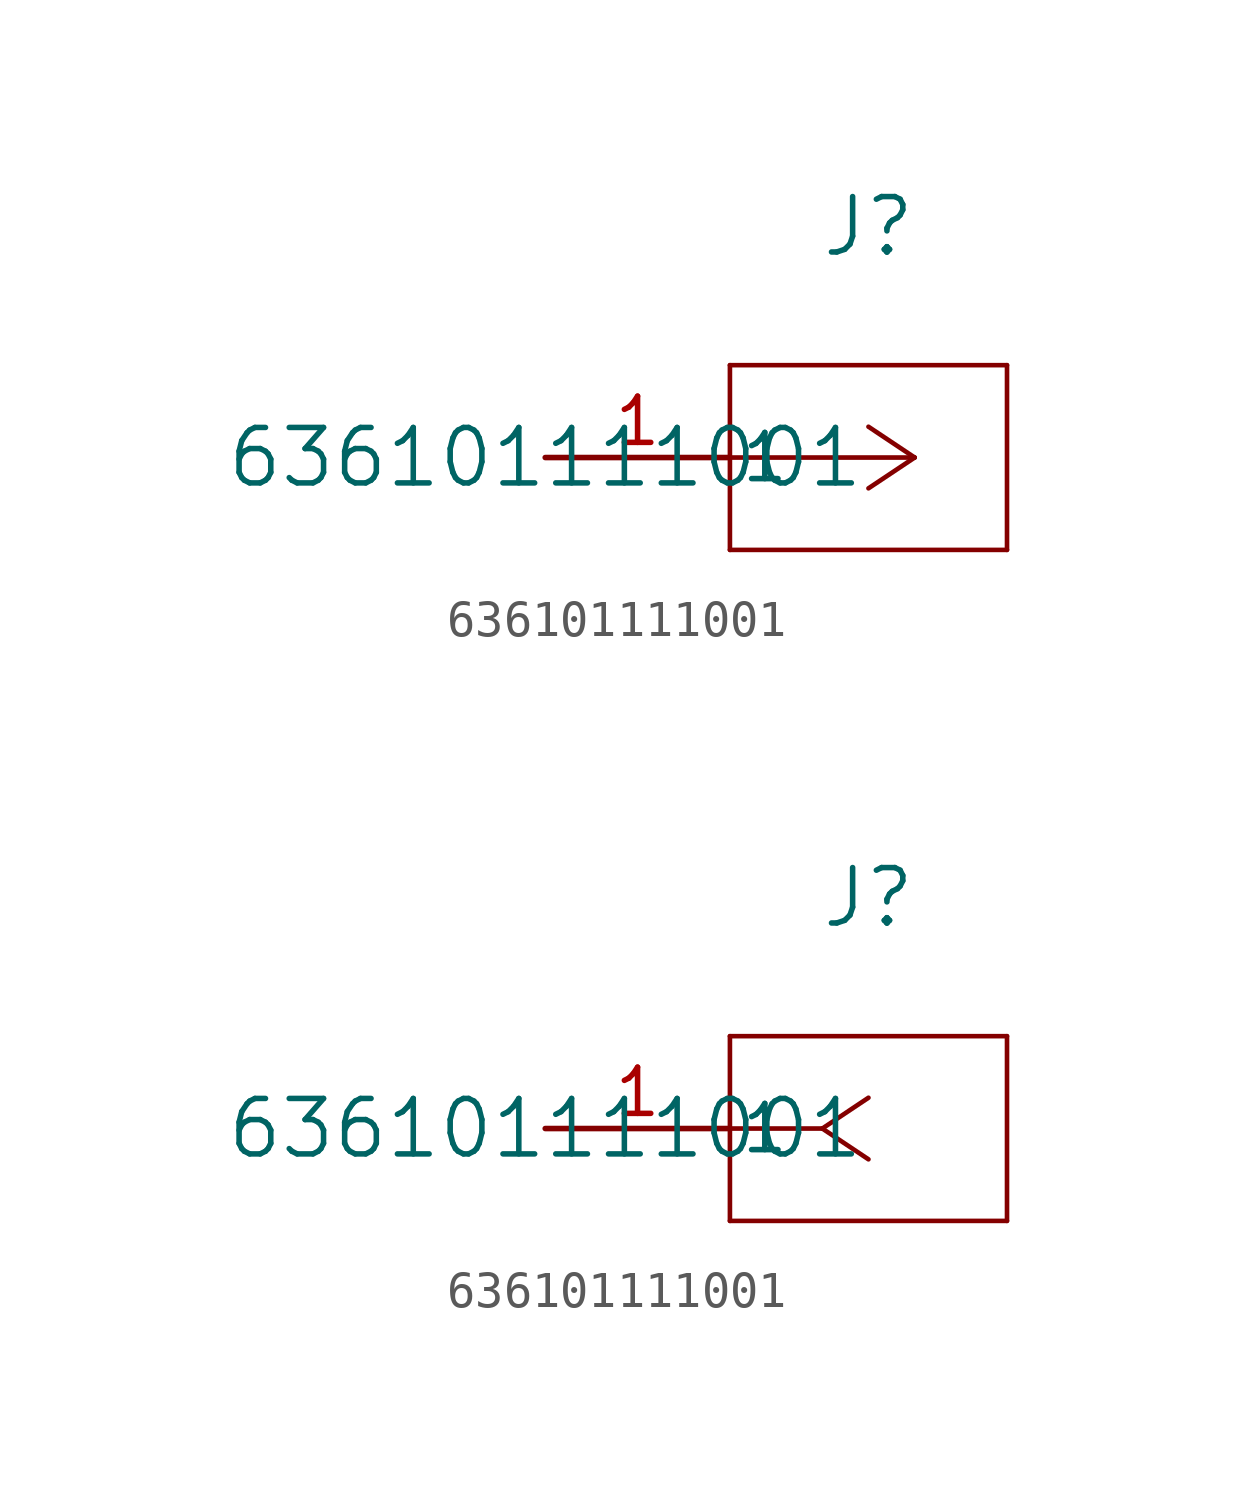
<source format=kicad_sym>
(kicad_symbol_lib
  (version 20211014)
  (generator kicad_symbol_editor)
  (symbol "636101111001"
    (pin_names
      (offset 0.254))
    (property "Reference" "J"
      (at 8.89 6.35 0)
      (effects (font (size 1.524 1.524))))
    (property "Value" "636101111001"
      (at 0 0 0)
      (effects (font (size 1.524 1.524))))
    (symbol "636101111001_1_1"
      (polyline (pts (xy 10.16 0) (xy 5.08 0)) (stroke (width 0.127) (type default) (color 0 0 0 0)) (fill (type none)))
      (polyline (pts (xy 10.16 0) (xy 8.89 0.847)) (stroke (width 0.127) (type default) (color 0 0 0 0)) (fill (type none)))
      (polyline (pts (xy 10.16 0) (xy 8.89 -0.847)) (stroke (width 0.127) (type default) (color 0 0 0 0)) (fill (type none)))
      (polyline (pts (xy 5.08 2.54) (xy 5.08 -2.54)) (stroke (width 0.127) (type default) (color 0 0 0 0)) (fill (type none)))
      (polyline (pts (xy 5.08 -2.54) (xy 12.7 -2.54)) (stroke (width 0.127) (type default) (color 0 0 0 0)) (fill (type none)))
      (polyline (pts (xy 12.7 -2.54) (xy 12.7 2.54)) (stroke (width 0.127) (type default) (color 0 0 0 0)) (fill (type none)))
      (polyline (pts (xy 12.7 2.54) (xy 5.08 2.54)) (stroke (width 0.127) (type default) (color 0 0 0 0)) (fill (type none)))
      (pin unspecified line (at 0 0 0) (length 5.08) (name "1" (effects (font (size 1.27 1.27)))) (number "1" (effects (font (size 1.27 1.27))))))
    (symbol "636101111001_1_2"
      (polyline (pts (xy 7.62 0) (xy 5.08 0)) (stroke (width 0.127) (type default) (color 0 0 0 0)) (fill (type none)))
      (polyline (pts (xy 7.62 0) (xy 8.89 0.847)) (stroke (width 0.127) (type default) (color 0 0 0 0)) (fill (type none)))
      (polyline (pts (xy 7.62 0) (xy 8.89 -0.847)) (stroke (width 0.127) (type default) (color 0 0 0 0)) (fill (type none)))
      (polyline (pts (xy 5.08 2.54) (xy 5.08 -2.54)) (stroke (width 0.127) (type default) (color 0 0 0 0)) (fill (type none)))
      (polyline (pts (xy 5.08 -2.54) (xy 12.7 -2.54)) (stroke (width 0.127) (type default) (color 0 0 0 0)) (fill (type none)))
      (polyline (pts (xy 12.7 -2.54) (xy 12.7 2.54)) (stroke (width 0.127) (type default) (color 0 0 0 0)) (fill (type none)))
      (polyline (pts (xy 12.7 2.54) (xy 5.08 2.54)) (stroke (width 0.127) (type default) (color 0 0 0 0)) (fill (type none)))
      (pin unspecified line (at 0 0 0) (length 5.08) (name "1" (effects (font (size 1.27 1.27)))) (number "1" (effects (font (size 1.27 1.27))))))))
</source>
